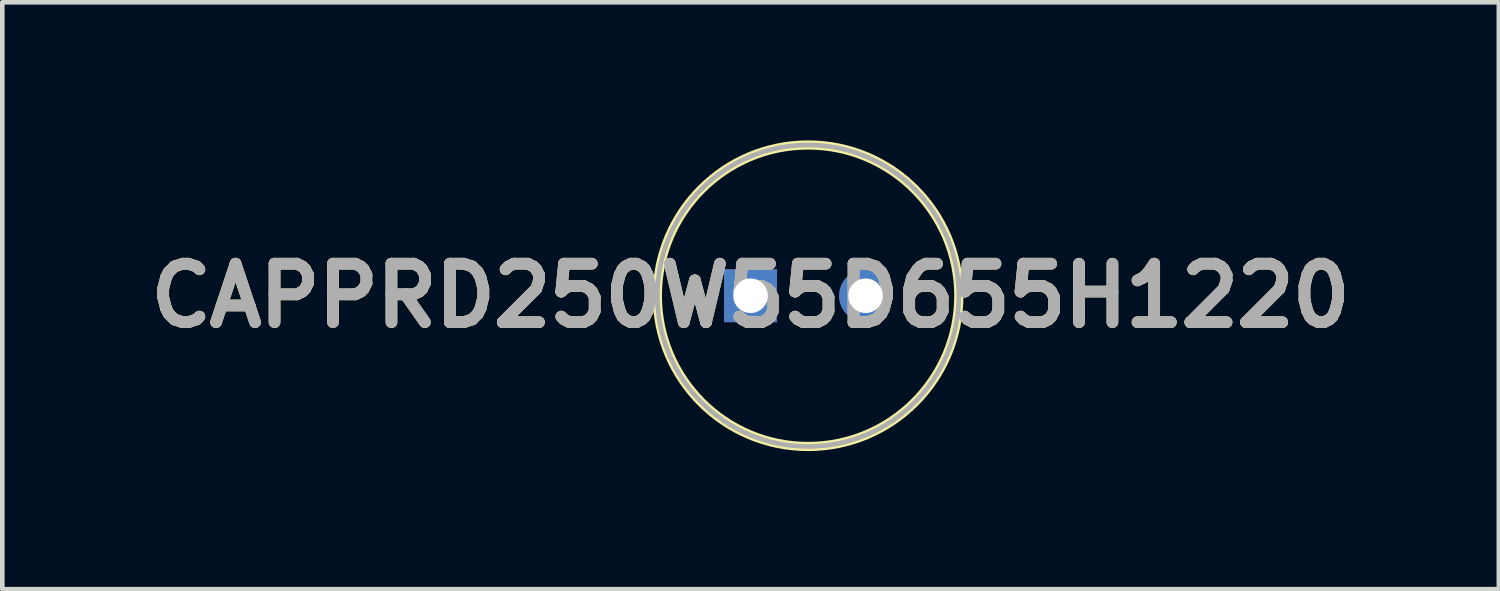
<source format=kicad_pcb>
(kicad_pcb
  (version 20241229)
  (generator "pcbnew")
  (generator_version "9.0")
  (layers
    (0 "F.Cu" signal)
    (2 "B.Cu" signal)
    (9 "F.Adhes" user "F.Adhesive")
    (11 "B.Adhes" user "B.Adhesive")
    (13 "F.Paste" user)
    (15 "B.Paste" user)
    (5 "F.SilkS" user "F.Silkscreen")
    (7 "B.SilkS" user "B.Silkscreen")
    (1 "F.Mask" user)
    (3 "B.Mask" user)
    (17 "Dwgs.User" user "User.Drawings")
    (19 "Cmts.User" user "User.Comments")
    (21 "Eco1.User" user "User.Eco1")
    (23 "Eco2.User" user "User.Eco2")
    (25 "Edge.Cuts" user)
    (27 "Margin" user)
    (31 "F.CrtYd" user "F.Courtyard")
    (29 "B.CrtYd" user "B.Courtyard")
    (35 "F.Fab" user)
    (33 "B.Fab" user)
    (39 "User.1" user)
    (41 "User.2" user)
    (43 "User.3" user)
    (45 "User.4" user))
  (footprint "CAPPRD250W55D655H1220"
    (layer "F.Cu")
    (at 13.256 3.375)
    (property "Reference" "CAPPRD250W55D655H1220" (at 0 0 0) (layer "F.SilkS") (effects (font (size 1.27 1.27) (thickness 0.254))))
    (attr through_hole)
    (fp_circle (center 1.25 0) (end 1.25 3.275) (stroke (width 0.2) (type solid)) (fill no) (layer "F.SilkS"))
    (fp_circle (center 1.25 0) (end 1.25 3.275) (stroke (width 0.1) (type solid)) (fill no) (layer "F.Fab"))
    (fp_text user "${REFERENCE}" (at 0 0 0) (layer "F.Fab") (effects (font (size 1.27 1.27) (thickness 0.254))))
    (pad "1" thru_hole rect (at 0 0) (size 1.15 1.15) (drill 0.75) (layers "*.Cu" "*.Mask"))
    (pad "2" thru_hole circle (at 2.5 0) (size 1.15 1.15) (drill 0.75) (layers "*.Cu" "*.Mask")))
  (gr_rect
    (start -3 -3)
    (end 29.513 9.75)
    (stroke (width 0.1) (type default))
    (fill no)
    (layer "Edge.Cuts")))
</source>
